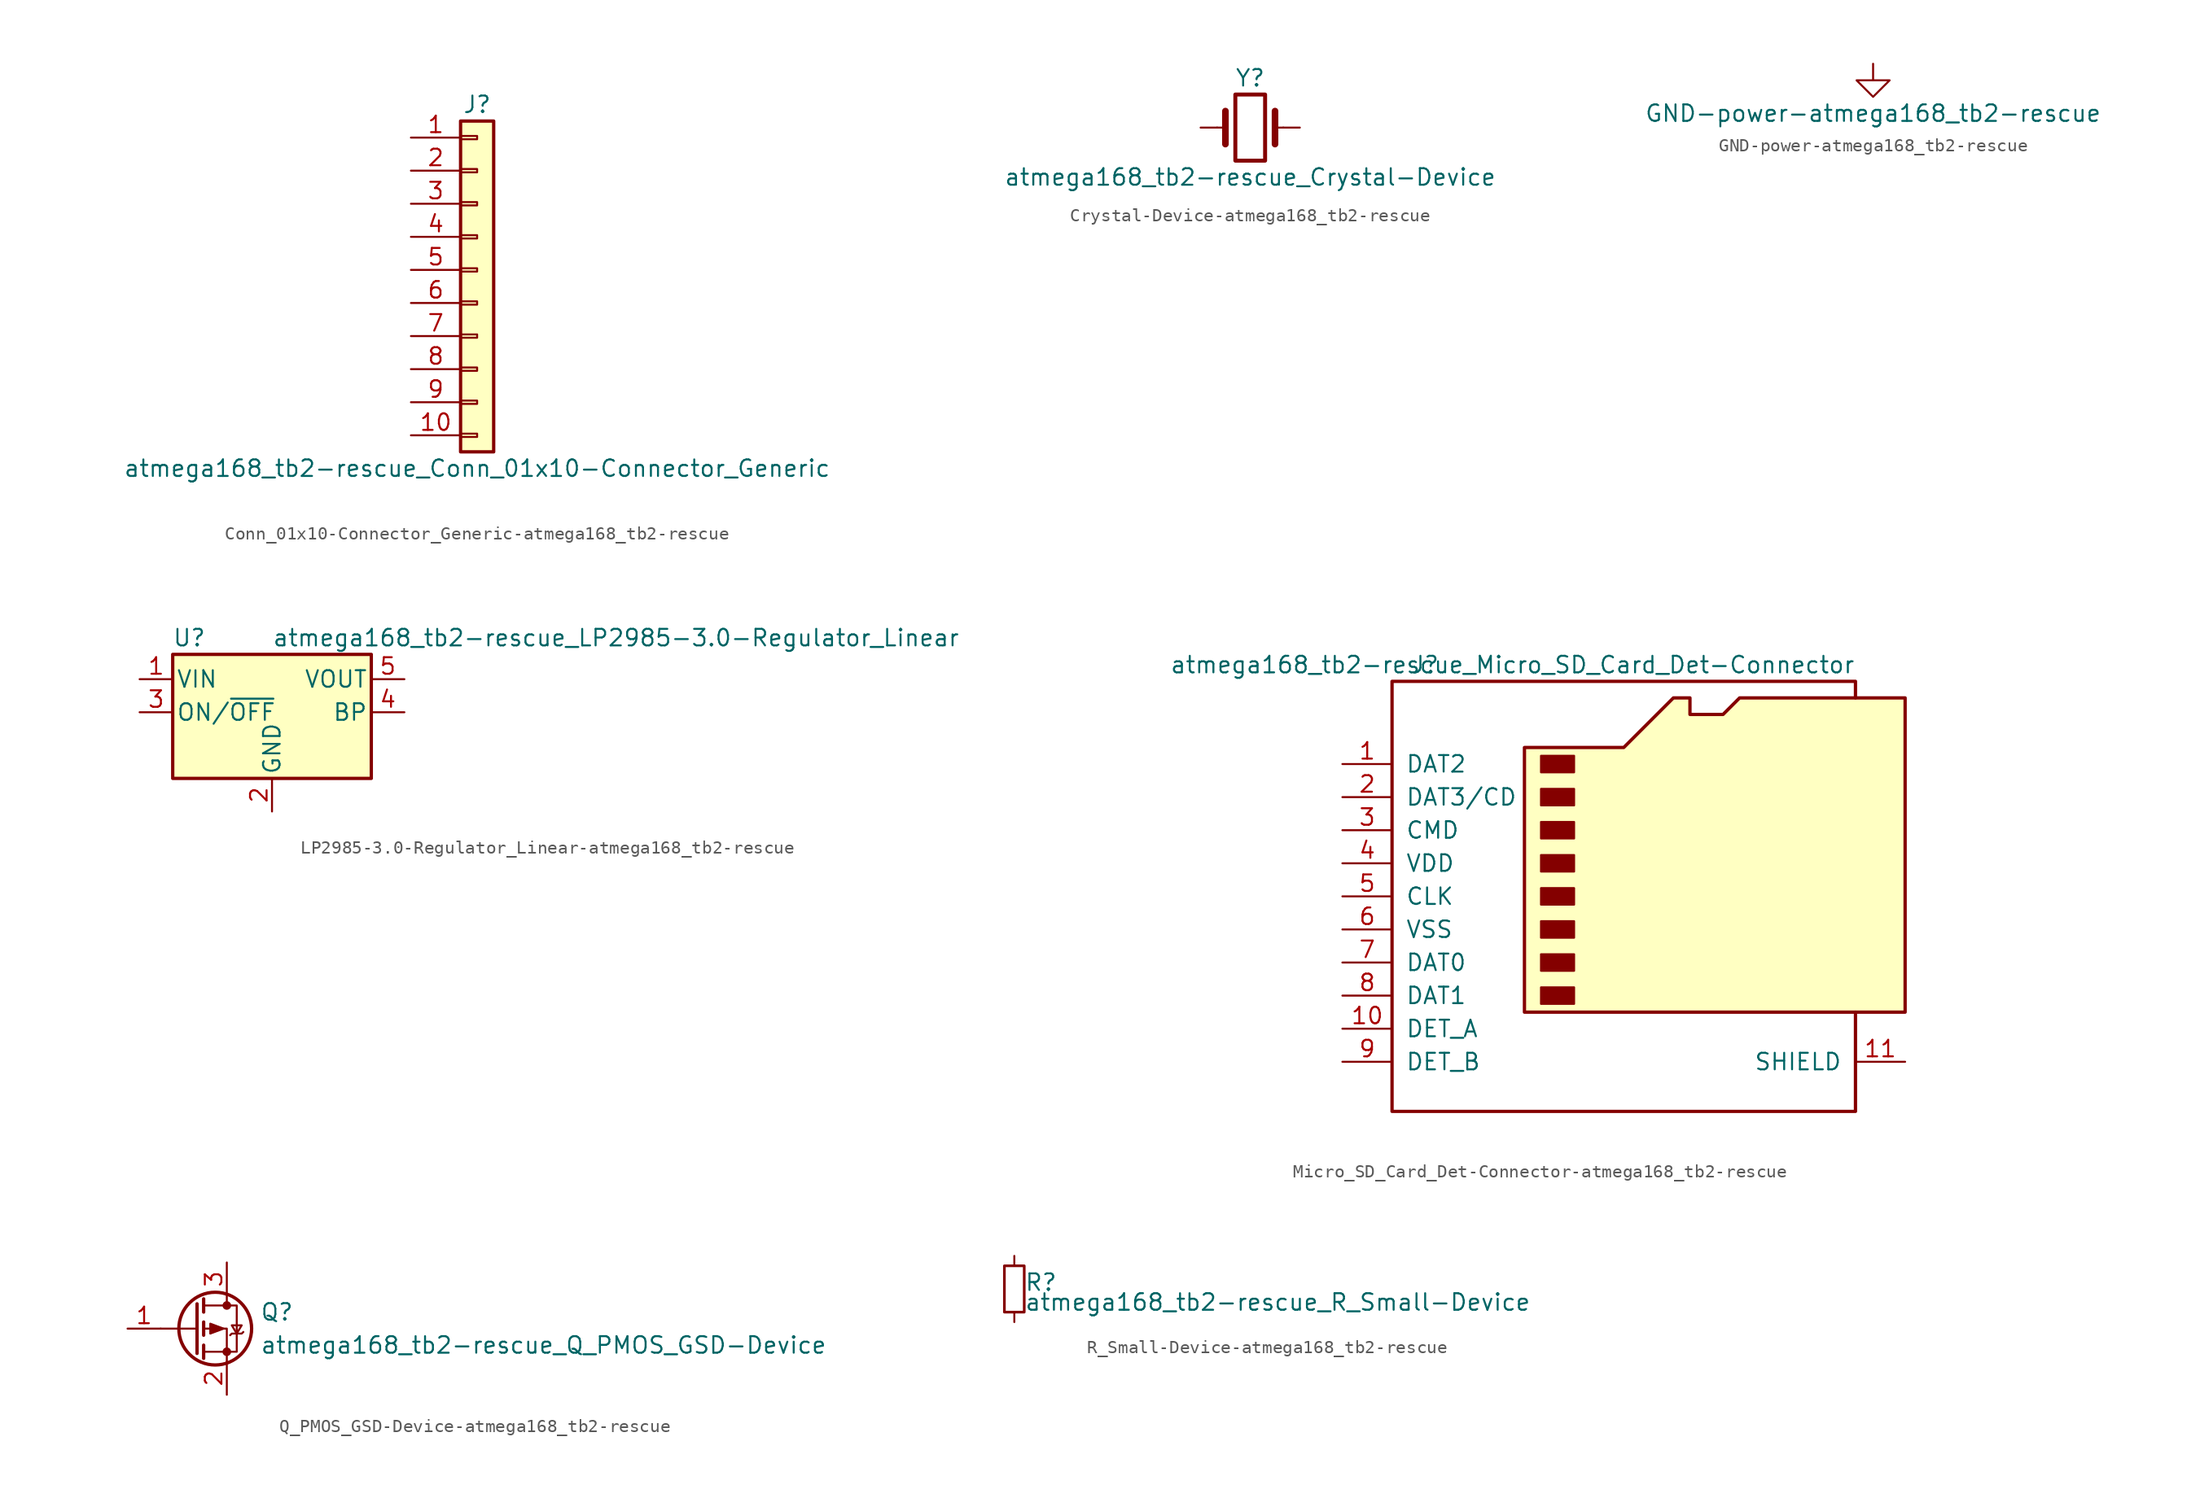
<source format=kicad_sym>
(kicad_symbol_lib
  (version 20220914)
  (generator kicad_symbol_editor)
  (symbol "Conn_01x10-Connector_Generic-atmega168_tb2-rescue"
    (pin_names
      (offset 1.016) hide)
    (property "Reference" "J"
      (at 0 12.7 0)
      (effects (font (size 1.27 1.27))))
    (property "Value" "atmega168_tb2-rescue_Conn_01x10-Connector_Generic"
      (at 0 -15.24 0)
      (effects (font (size 1.27 1.27))))
    (symbol "Conn_01x10-Connector_Generic-atmega168_tb2-rescue_1_1"
      (rectangle (start -1.27 -12.573) (end 0 -12.827) (stroke (width 0.152) (type solid)) (fill (type none)))
      (rectangle (start -1.27 -10.033) (end 0 -10.287) (stroke (width 0.152) (type solid)) (fill (type none)))
      (rectangle (start -1.27 -7.493) (end 0 -7.747) (stroke (width 0.152) (type solid)) (fill (type none)))
      (rectangle (start -1.27 -4.953) (end 0 -5.207) (stroke (width 0.152) (type solid)) (fill (type none)))
      (rectangle (start -1.27 -2.413) (end 0 -2.667) (stroke (width 0.152) (type solid)) (fill (type none)))
      (rectangle (start -1.27 0.127) (end 0 -0.127) (stroke (width 0.152) (type solid)) (fill (type none)))
      (rectangle (start -1.27 2.667) (end 0 2.413) (stroke (width 0.152) (type solid)) (fill (type none)))
      (rectangle (start -1.27 5.207) (end 0 4.953) (stroke (width 0.152) (type solid)) (fill (type none)))
      (rectangle (start -1.27 7.747) (end 0 7.493) (stroke (width 0.152) (type solid)) (fill (type none)))
      (rectangle (start -1.27 10.287) (end 0 10.033) (stroke (width 0.152) (type solid)) (fill (type none)))
      (rectangle (start -1.27 11.43) (end 1.27 -13.97) (stroke (width 0.254) (type solid)) (fill (type background)))
      (pin passive line (at -5.08 10.16 0) (length 3.81) (name "Pin_1" (effects (font (size 1.27 1.27)))) (number "1" (effects (font (size 1.27 1.27)))))
      (pin passive line (at -5.08 -12.7 0) (length 3.81) (name "Pin_10" (effects (font (size 1.27 1.27)))) (number "10" (effects (font (size 1.27 1.27)))))
      (pin passive line (at -5.08 7.62 0) (length 3.81) (name "Pin_2" (effects (font (size 1.27 1.27)))) (number "2" (effects (font (size 1.27 1.27)))))
      (pin passive line (at -5.08 5.08 0) (length 3.81) (name "Pin_3" (effects (font (size 1.27 1.27)))) (number "3" (effects (font (size 1.27 1.27)))))
      (pin passive line (at -5.08 2.54 0) (length 3.81) (name "Pin_4" (effects (font (size 1.27 1.27)))) (number "4" (effects (font (size 1.27 1.27)))))
      (pin passive line (at -5.08 0 0) (length 3.81) (name "Pin_5" (effects (font (size 1.27 1.27)))) (number "5" (effects (font (size 1.27 1.27)))))
      (pin passive line (at -5.08 -2.54 0) (length 3.81) (name "Pin_6" (effects (font (size 1.27 1.27)))) (number "6" (effects (font (size 1.27 1.27)))))
      (pin passive line (at -5.08 -5.08 0) (length 3.81) (name "Pin_7" (effects (font (size 1.27 1.27)))) (number "7" (effects (font (size 1.27 1.27)))))
      (pin passive line (at -5.08 -7.62 0) (length 3.81) (name "Pin_8" (effects (font (size 1.27 1.27)))) (number "8" (effects (font (size 1.27 1.27)))))
      (pin passive line (at -5.08 -10.16 0) (length 3.81) (name "Pin_9" (effects (font (size 1.27 1.27)))) (number "9" (effects (font (size 1.27 1.27)))))))
  (symbol "Crystal-Device-atmega168_tb2-rescue"
    (pin_numbers hide)
    (pin_names
      (offset 1.016) hide)
    (property "Reference" "Y"
      (at 0 3.81 0)
      (effects (font (size 1.27 1.27))))
    (property "Value" "atmega168_tb2-rescue_Crystal-Device"
      (at 0 -3.81 0)
      (effects (font (size 1.27 1.27))))
    (symbol "Crystal-Device-atmega168_tb2-rescue_0_1"
      (rectangle (start -1.143 2.54) (end 1.143 -2.54) (stroke (width 0.305) (type solid)) (fill (type none)))
      (polyline (pts (xy -2.54 0) (xy -1.905 0)) (stroke (width 0) (type solid)) (fill (type none)))
      (polyline (pts (xy -1.905 -1.27) (xy -1.905 1.27)) (stroke (width 0.508) (type solid)) (fill (type none)))
      (polyline (pts (xy 1.905 -1.27) (xy 1.905 1.27)) (stroke (width 0.508) (type solid)) (fill (type none)))
      (polyline (pts (xy 2.54 0) (xy 1.905 0)) (stroke (width 0) (type solid)) (fill (type none))))
    (symbol "Crystal-Device-atmega168_tb2-rescue_1_1"
      (pin passive line (at -3.81 0 0) (length 1.27) (name "1" (effects (font (size 1.27 1.27)))) (number "1" (effects (font (size 1.27 1.27)))))
      (pin passive line (at 3.81 0 180) (length 1.27) (name "2" (effects (font (size 1.27 1.27)))) (number "2" (effects (font (size 1.27 1.27)))))))
  (symbol "GND-power-atmega168_tb2-rescue"
    (power)
    (pin_names
      (offset 0))
    (property "Reference" "#PWR"
      (at 0 -6.35 0)
      (effects (font (size 1.27 1.27)) hide))
    (property "Value" "GND-power-atmega168_tb2-rescue"
      (at 0 -3.81 0)
      (effects (font (size 1.27 1.27))))
    (symbol "GND-power-atmega168_tb2-rescue_0_1"
      (polyline (pts (xy 0 0) (xy 0 -1.27) (xy 1.27 -1.27) (xy 0 -2.54) (xy -1.27 -1.27) (xy 0 -1.27)) (stroke (width 0) (type solid)) (fill (type none))))
    (symbol "GND-power-atmega168_tb2-rescue_1_1"
      (pin power_in line (at 0 0 270) (length 0) hide (name "GND" (effects (font (size 1.27 1.27)))) (number "1" (effects (font (size 1.27 1.27)))))))
  (symbol "LP2985-3.0-Regulator_Linear-atmega168_tb2-rescue"
    (pin_names
      (offset 0.254))
    (property "Reference" "U"
      (at -6.35 5.715 0)
      (effects (font (size 1.27 1.27))))
    (property "Value" "atmega168_tb2-rescue_LP2985-3.0-Regulator_Linear"
      (at 0 5.715 0)
      (effects (font (size 1.27 1.27)) (justify left)))
    (symbol "LP2985-3.0-Regulator_Linear-atmega168_tb2-rescue_0_1"
      (rectangle (start -7.62 -5.08) (end 7.62 4.445) (stroke (width 0.254) (type solid)) (fill (type background))))
    (symbol "LP2985-3.0-Regulator_Linear-atmega168_tb2-rescue_1_1"
      (pin power_in line (at -10.16 2.54 0) (length 2.54) (name "VIN" (effects (font (size 1.27 1.27)))) (number "1" (effects (font (size 1.27 1.27)))))
      (pin power_in line (at 0 -7.62 90) (length 2.54) (name "GND" (effects (font (size 1.27 1.27)))) (number "2" (effects (font (size 1.27 1.27)))))
      (pin input line (at -10.16 0 0) (length 2.54) (name "ON/~{OFF}" (effects (font (size 1.27 1.27)))) (number "3" (effects (font (size 1.27 1.27)))))
      (pin input line (at 10.16 0 180) (length 2.54) (name "BP" (effects (font (size 1.27 1.27)))) (number "4" (effects (font (size 1.27 1.27)))))
      (pin power_out line (at 10.16 2.54 180) (length 2.54) (name "VOUT" (effects (font (size 1.27 1.27)))) (number "5" (effects (font (size 1.27 1.27)))))))
  (symbol "Micro_SD_Card_Det-Connector-atmega168_tb2-rescue"
    (pin_names
      (offset 1.016))
    (property "Reference" "J"
      (at -16.51 17.78 0)
      (effects (font (size 1.27 1.27))))
    (property "Value" "atmega168_tb2-rescue_Micro_SD_Card_Det-Connector"
      (at 16.51 17.78 0)
      (effects (font (size 1.27 1.27)) (justify right)))
    (symbol "Micro_SD_Card_Det-Connector-atmega168_tb2-rescue_0_1"
      (rectangle (start -7.62 -6.985) (end -5.08 -8.255) (stroke (width 0) (type solid)) (fill (type outline)))
      (rectangle (start -7.62 -4.445) (end -5.08 -5.715) (stroke (width 0) (type solid)) (fill (type outline)))
      (rectangle (start -7.62 -1.905) (end -5.08 -3.175) (stroke (width 0) (type solid)) (fill (type outline)))
      (rectangle (start -7.62 0.635) (end -5.08 -0.635) (stroke (width 0) (type solid)) (fill (type outline)))
      (rectangle (start -7.62 3.175) (end -5.08 1.905) (stroke (width 0) (type solid)) (fill (type outline)))
      (rectangle (start -7.62 5.715) (end -5.08 4.445) (stroke (width 0) (type solid)) (fill (type outline)))
      (rectangle (start -7.62 8.255) (end -5.08 6.985) (stroke (width 0) (type solid)) (fill (type outline)))
      (rectangle (start -7.62 10.795) (end -5.08 9.525) (stroke (width 0) (type solid)) (fill (type outline)))
      (polyline (pts (xy 16.51 15.24) (xy 16.51 16.51) (xy -19.05 16.51) (xy -19.05 -16.51) (xy 16.51 -16.51) (xy 16.51 -8.89)) (stroke (width 0.254) (type solid)) (fill (type none)))
      (polyline (pts (xy -8.89 -8.89) (xy -8.89 11.43) (xy -1.27 11.43) (xy 2.54 15.24) (xy 3.81 15.24) (xy 3.81 13.97) (xy 6.35 13.97) (xy 7.62 15.24) (xy 20.32 15.24) (xy 20.32 -8.89) (xy -8.89 -8.89)) (stroke (width 0.254) (type solid)) (fill (type background))))
    (symbol "Micro_SD_Card_Det-Connector-atmega168_tb2-rescue_1_1"
      (pin bidirectional line (at -22.86 10.16 0) (length 3.81) (name "DAT2" (effects (font (size 1.27 1.27)))) (number "1" (effects (font (size 1.27 1.27)))))
      (pin passive line (at -22.86 -10.16 0) (length 3.81) (name "DET_A" (effects (font (size 1.27 1.27)))) (number "10" (effects (font (size 1.27 1.27)))))
      (pin passive line (at 20.32 -12.7 180) (length 3.81) (name "SHIELD" (effects (font (size 1.27 1.27)))) (number "11" (effects (font (size 1.27 1.27)))))
      (pin bidirectional line (at -22.86 7.62 0) (length 3.81) (name "DAT3/CD" (effects (font (size 1.27 1.27)))) (number "2" (effects (font (size 1.27 1.27)))))
      (pin input line (at -22.86 5.08 0) (length 3.81) (name "CMD" (effects (font (size 1.27 1.27)))) (number "3" (effects (font (size 1.27 1.27)))))
      (pin power_in line (at -22.86 2.54 0) (length 3.81) (name "VDD" (effects (font (size 1.27 1.27)))) (number "4" (effects (font (size 1.27 1.27)))))
      (pin input line (at -22.86 0 0) (length 3.81) (name "CLK" (effects (font (size 1.27 1.27)))) (number "5" (effects (font (size 1.27 1.27)))))
      (pin power_in line (at -22.86 -2.54 0) (length 3.81) (name "VSS" (effects (font (size 1.27 1.27)))) (number "6" (effects (font (size 1.27 1.27)))))
      (pin bidirectional line (at -22.86 -5.08 0) (length 3.81) (name "DAT0" (effects (font (size 1.27 1.27)))) (number "7" (effects (font (size 1.27 1.27)))))
      (pin bidirectional line (at -22.86 -7.62 0) (length 3.81) (name "DAT1" (effects (font (size 1.27 1.27)))) (number "8" (effects (font (size 1.27 1.27)))))
      (pin passive line (at -22.86 -12.7 0) (length 3.81) (name "DET_B" (effects (font (size 1.27 1.27)))) (number "9" (effects (font (size 1.27 1.27)))))))
  (symbol "Q_PMOS_GSD-Device-atmega168_tb2-rescue"
    (pin_names
      (offset 0) hide)
    (property "Reference" "Q"
      (at 5.08 1.27 0)
      (effects (font (size 1.27 1.27)) (justify left)))
    (property "Value" "atmega168_tb2-rescue_Q_PMOS_GSD-Device"
      (at 5.08 -1.27 0)
      (effects (font (size 1.27 1.27)) (justify left)))
    (symbol "Q_PMOS_GSD-Device-atmega168_tb2-rescue_0_1"
      (polyline (pts (xy 0.254 0) (xy -2.54 0)) (stroke (width 0) (type solid)) (fill (type none)))
      (polyline (pts (xy 0.254 1.905) (xy 0.254 -1.905)) (stroke (width 0.254) (type solid)) (fill (type none)))
      (polyline (pts (xy 0.762 -1.27) (xy 0.762 -2.286)) (stroke (width 0.254) (type solid)) (fill (type none)))
      (polyline (pts (xy 0.762 0.508) (xy 0.762 -0.508)) (stroke (width 0.254) (type solid)) (fill (type none)))
      (polyline (pts (xy 0.762 2.286) (xy 0.762 1.27)) (stroke (width 0.254) (type solid)) (fill (type none)))
      (polyline (pts (xy 2.54 2.54) (xy 2.54 1.778)) (stroke (width 0) (type solid)) (fill (type none)))
      (polyline (pts (xy 2.54 -2.54) (xy 2.54 0) (xy 0.762 0)) (stroke (width 0) (type solid)) (fill (type none)))
      (polyline (pts (xy 0.762 1.778) (xy 3.302 1.778) (xy 3.302 -1.778) (xy 0.762 -1.778)) (stroke (width 0) (type solid)) (fill (type none)))
      (polyline (pts (xy 2.286 0) (xy 1.27 0.381) (xy 1.27 -0.381) (xy 2.286 0)) (stroke (width 0) (type solid)) (fill (type outline)))
      (polyline (pts (xy 2.794 -0.508) (xy 2.921 -0.381) (xy 3.683 -0.381) (xy 3.81 -0.254)) (stroke (width 0) (type solid)) (fill (type none)))
      (polyline (pts (xy 3.302 -0.381) (xy 2.921 0.254) (xy 3.683 0.254) (xy 3.302 -0.381)) (stroke (width 0) (type solid)) (fill (type none)))
      (circle (center 1.651 0) (radius 2.794) (stroke (width 0.254) (type solid)) (fill (type none)))
      (circle (center 2.54 -1.778) (radius 0.254) (stroke (width 0) (type solid)) (fill (type outline)))
      (circle (center 2.54 1.778) (radius 0.254) (stroke (width 0) (type solid)) (fill (type outline))))
    (symbol "Q_PMOS_GSD-Device-atmega168_tb2-rescue_1_1"
      (pin input line (at -5.08 0 0) (length 2.54) (name "G" (effects (font (size 1.27 1.27)))) (number "1" (effects (font (size 1.27 1.27)))))
      (pin passive line (at 2.54 -5.08 90) (length 2.54) (name "S" (effects (font (size 1.27 1.27)))) (number "2" (effects (font (size 1.27 1.27)))))
      (pin passive line (at 2.54 5.08 270) (length 2.54) (name "D" (effects (font (size 1.27 1.27)))) (number "3" (effects (font (size 1.27 1.27)))))))
  (symbol "R_Small-Device-atmega168_tb2-rescue"
    (pin_numbers hide)
    (pin_names
      (offset 0.254) hide)
    (property "Reference" "R"
      (at 0.762 0.508 0)
      (effects (font (size 1.27 1.27)) (justify left)))
    (property "Value" "atmega168_tb2-rescue_R_Small-Device"
      (at 0.762 -1.016 0)
      (effects (font (size 1.27 1.27)) (justify left)))
    (symbol "R_Small-Device-atmega168_tb2-rescue_0_1"
      (rectangle (start -0.762 1.778) (end 0.762 -1.778) (stroke (width 0.203) (type solid)) (fill (type none))))
    (symbol "R_Small-Device-atmega168_tb2-rescue_1_1"
      (pin passive line (at 0 2.54 270) (length 0.762) (name "~" (effects (font (size 1.27 1.27)))) (number "1" (effects (font (size 1.27 1.27)))))
      (pin passive line (at 0 -2.54 90) (length 0.762) (name "~" (effects (font (size 1.27 1.27)))) (number "2" (effects (font (size 1.27 1.27))))))))
</source>
